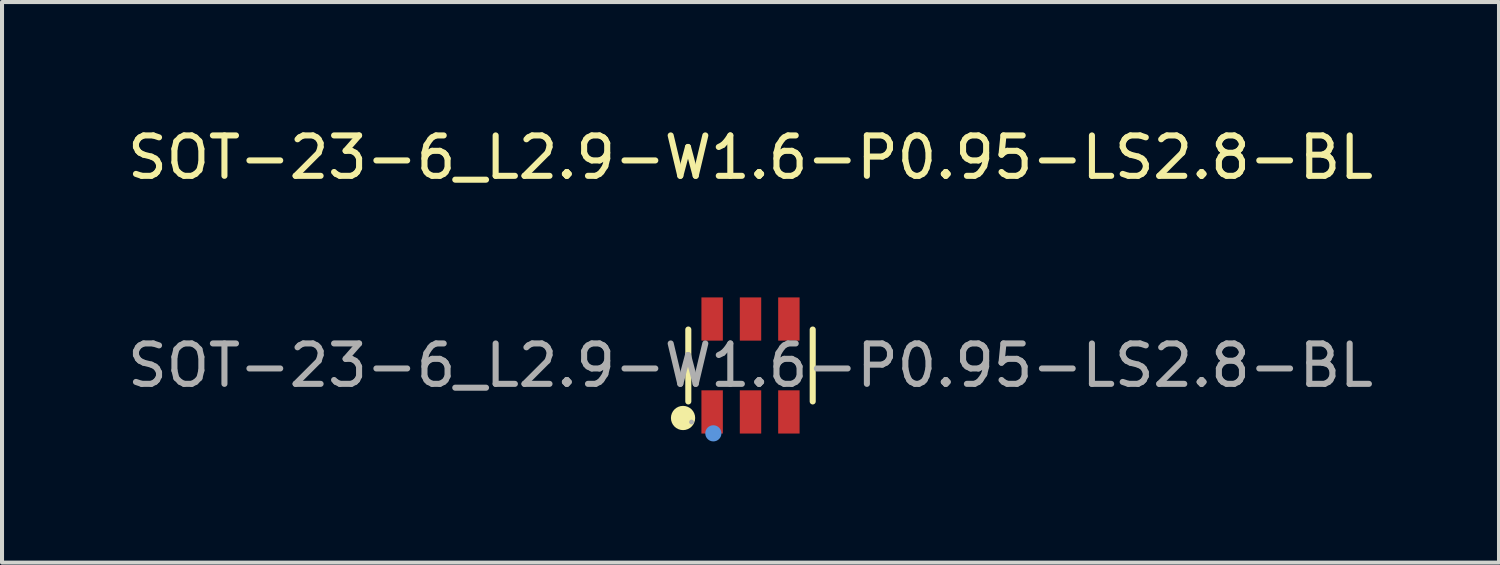
<source format=kicad_pcb>
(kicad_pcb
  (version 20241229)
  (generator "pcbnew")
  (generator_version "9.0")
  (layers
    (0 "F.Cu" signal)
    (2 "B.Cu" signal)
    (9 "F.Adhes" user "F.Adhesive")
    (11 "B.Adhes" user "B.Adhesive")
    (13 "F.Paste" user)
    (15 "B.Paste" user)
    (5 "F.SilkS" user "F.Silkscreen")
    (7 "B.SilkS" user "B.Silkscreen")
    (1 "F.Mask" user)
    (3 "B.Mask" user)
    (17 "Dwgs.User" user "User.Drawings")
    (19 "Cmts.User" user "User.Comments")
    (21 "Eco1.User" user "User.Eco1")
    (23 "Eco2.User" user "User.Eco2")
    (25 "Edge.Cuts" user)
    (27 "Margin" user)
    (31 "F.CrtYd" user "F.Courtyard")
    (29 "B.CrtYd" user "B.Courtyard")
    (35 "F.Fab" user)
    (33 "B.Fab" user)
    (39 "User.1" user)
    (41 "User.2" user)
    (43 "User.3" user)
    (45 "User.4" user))
  (footprint "SOT-23-6_L2.9-W1.6-P0.95-LS2.8-BL"
    (layer "F.Cu")
    (at 15.53 5.998)
    (property "Reference" "SOT-23-6_L2.9-W1.6-P0.95-LS2.8-BL" (at 0 -5.15 0) (layer "F.SilkS") (effects (font (size 1 1) (thickness 0.15))))
    (attr smd)
    (fp_line (start -1.54 0.89) (end -1.54 -0.89) (stroke (width 0.15) (type solid)) (layer "F.SilkS"))
    (fp_line (start 1.54 0.89) (end 1.54 -0.89) (stroke (width 0.15) (type solid)) (layer "F.SilkS"))
    (fp_circle (center -1.67 1.3) (end -1.52 1.3) (stroke (width 0.3) (type solid)) (fill no) (layer "F.SilkS"))
    (fp_circle (center -0.92 1.68) (end -0.82 1.68) (stroke (width 0.2) (type solid)) (fill no) (layer "Cmts.User"))
    (fp_circle (center -1.46 1.4) (end -1.43 1.4) (stroke (width 0.06) (type solid)) (fill no) (layer "F.Fab"))
    (fp_text user "${REFERENCE}" (at 0 0 0) (layer "F.Fab") (effects (font (size 1 1) (thickness 0.15))))
    (pad "1" smd rect (at -0.95 1.15) (size 0.53 1.07) (layers "F.Cu" "F.Mask" "F.Paste"))
    (pad "2" smd rect (at 0 1.15) (size 0.53 1.07) (layers "F.Cu" "F.Mask" "F.Paste"))
    (pad "3" smd rect (at 0.95 1.15) (size 0.53 1.07) (layers "F.Cu" "F.Mask" "F.Paste"))
    (pad "4" smd rect (at 0.95 -1.15) (size 0.53 1.07) (layers "F.Cu" "F.Mask" "F.Paste"))
    (pad "5" smd rect (at 0 -1.15) (size 0.53 1.07) (layers "F.Cu" "F.Mask" "F.Paste"))
    (pad "6" smd rect (at -0.95 -1.15) (size 0.53 1.07) (layers "F.Cu" "F.Mask" "F.Paste")))
  (gr_rect
    (start -3 -3)
    (end 34.06 10.878)
    (stroke (width 0.1) (type default))
    (fill no)
    (layer "Edge.Cuts")))
</source>
